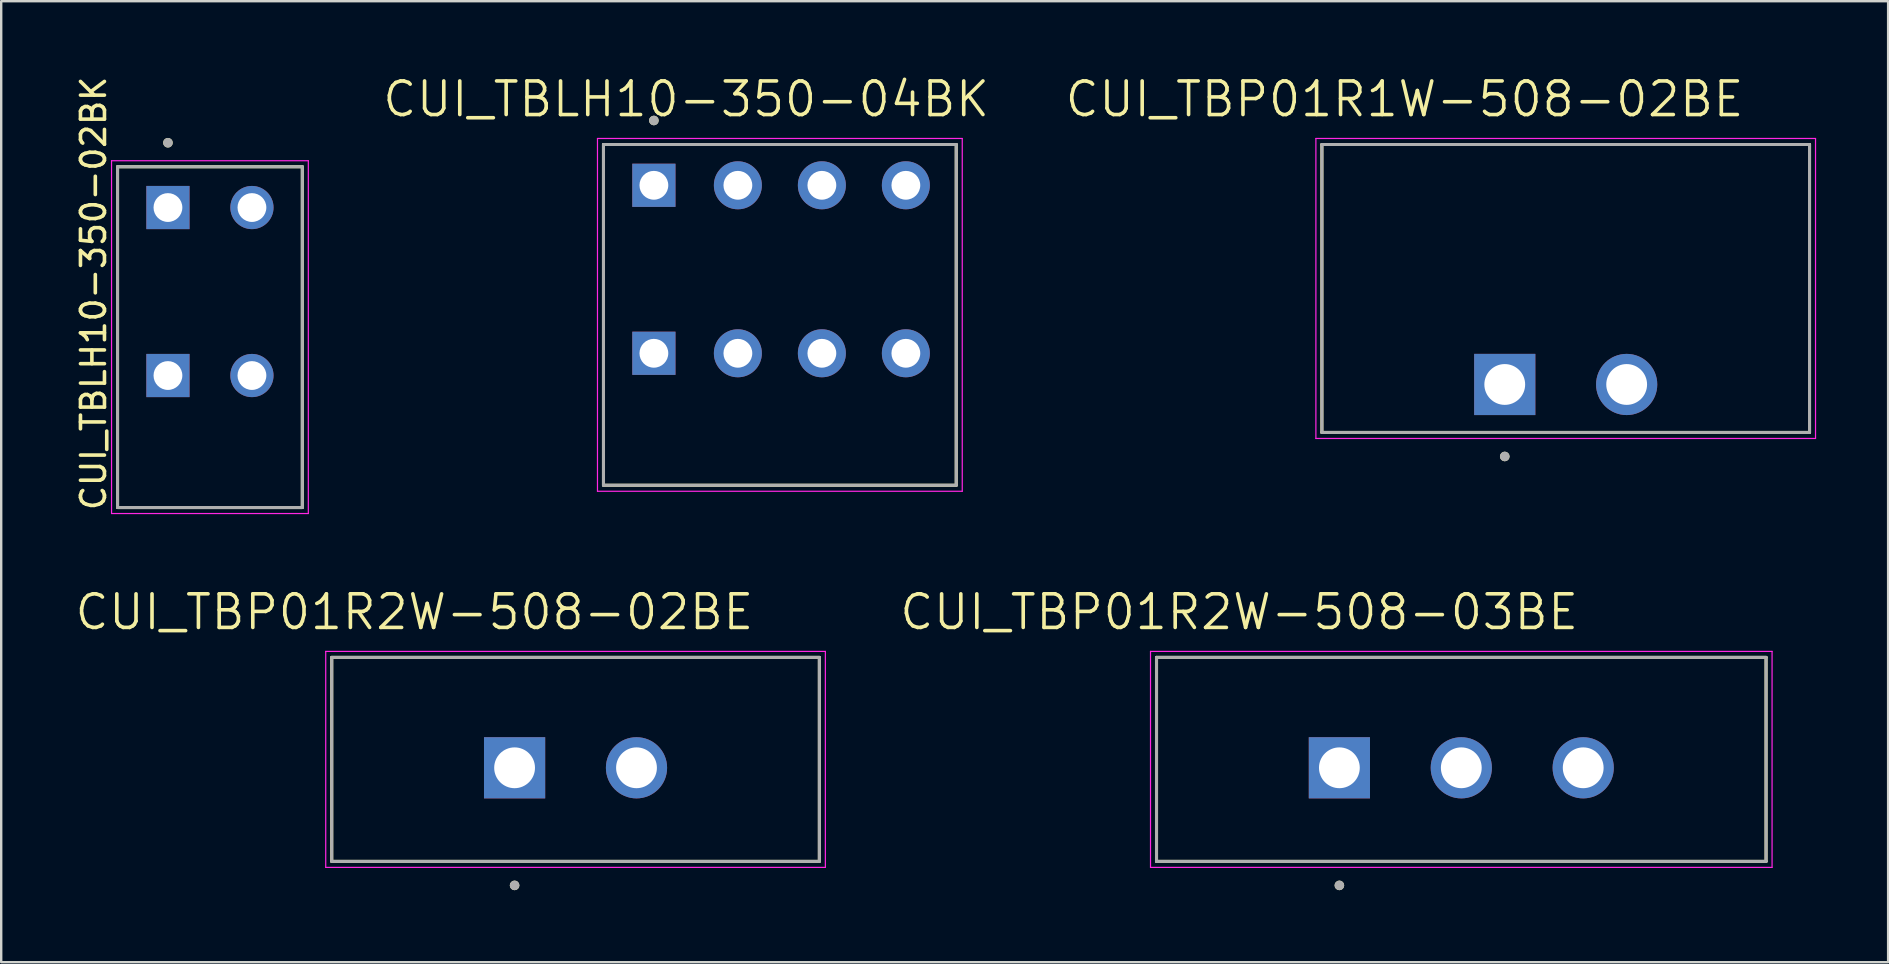
<source format=kicad_pcb>
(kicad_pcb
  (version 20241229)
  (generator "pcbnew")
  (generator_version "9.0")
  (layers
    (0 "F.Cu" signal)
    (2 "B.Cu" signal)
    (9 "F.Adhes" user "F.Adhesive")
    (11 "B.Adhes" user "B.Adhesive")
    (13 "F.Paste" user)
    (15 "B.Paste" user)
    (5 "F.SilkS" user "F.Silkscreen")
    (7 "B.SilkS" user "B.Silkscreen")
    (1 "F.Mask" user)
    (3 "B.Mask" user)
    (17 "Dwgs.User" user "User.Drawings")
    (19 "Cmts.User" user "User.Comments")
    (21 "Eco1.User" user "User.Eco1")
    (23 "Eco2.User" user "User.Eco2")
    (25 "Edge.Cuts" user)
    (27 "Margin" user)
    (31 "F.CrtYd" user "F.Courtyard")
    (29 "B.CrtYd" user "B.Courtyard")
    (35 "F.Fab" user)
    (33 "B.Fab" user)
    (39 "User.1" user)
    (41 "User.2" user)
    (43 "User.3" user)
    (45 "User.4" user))
  (footprint "CUI_TBP01R2W-508-02BE"
    (layer "F.Cu")
    (at 18.393 28.944)
    (property "Reference" "CUI_TBP01R2W-508-02BE" (at -4.175 -6.489 0) (layer "F.SilkS") (effects (font (size 1.4 1.4) (thickness 0.15))))
    (attr through_hole)
    (fp_line (start -7.62 -4.6) (end 12.7 -4.6) (stroke (width 0.127) (type solid)) (layer "F.SilkS"))
    (fp_line (start -7.62 3.9) (end -7.62 -4.6) (stroke (width 0.127) (type solid)) (layer "F.SilkS"))
    (fp_line (start 12.7 -4.6) (end 12.7 3.9) (stroke (width 0.127) (type solid)) (layer "F.SilkS"))
    (fp_line (start 12.7 3.9) (end -7.62 3.9) (stroke (width 0.127) (type solid)) (layer "F.SilkS"))
    (fp_circle (center 0 4.9) (end 0.1 4.9) (stroke (width 0.2) (type solid)) (fill no) (layer "F.SilkS"))
    (fp_line (start -7.87 -4.85) (end 12.95 -4.85) (stroke (width 0.05) (type solid)) (layer "F.CrtYd"))
    (fp_line (start -7.87 4.15) (end -7.87 -4.85) (stroke (width 0.05) (type solid)) (layer "F.CrtYd"))
    (fp_line (start 12.95 -4.85) (end 12.95 4.15) (stroke (width 0.05) (type solid)) (layer "F.CrtYd"))
    (fp_line (start 12.95 4.15) (end -7.87 4.15) (stroke (width 0.05) (type solid)) (layer "F.CrtYd"))
    (fp_line (start -7.62 -4.6) (end 12.7 -4.6) (stroke (width 0.127) (type solid)) (layer "F.Fab"))
    (fp_line (start -7.62 3.9) (end -7.62 -4.6) (stroke (width 0.127) (type solid)) (layer "F.Fab"))
    (fp_line (start 12.7 -4.6) (end 12.7 3.9) (stroke (width 0.127) (type solid)) (layer "F.Fab"))
    (fp_line (start 12.7 3.9) (end -7.62 3.9) (stroke (width 0.127) (type solid)) (layer "F.Fab"))
    (fp_circle (center 0 4.9) (end 0.1 4.9) (stroke (width 0.2) (type solid)) (fill no) (layer "F.Fab"))
    (pad "1" thru_hole rect (at 0 0) (size 2.55 2.55) (drill 1.7) (layers "*.Cu" "*.Mask"))
    (pad "2" thru_hole circle (at 5.08 0) (size 2.55 2.55) (drill 1.7) (layers "*.Cu" "*.Mask")))
  (footprint "CUI_TBLH10-350-02BK"
    (layer "F.Cu")
    (at 3.948 5.598)
    (property "Reference" "CUI_TBLH10-350-02BK" (at -3.1 12.7 90) (layer "F.SilkS") (effects (font (size 1 1) (thickness 0.15)) (justify left)))
    (attr through_hole)
    (fp_line (start -2.1 -1.7) (end 5.6 -1.7) (stroke (width 0.127) (type solid)) (layer "F.SilkS"))
    (fp_line (start -2.1 12.5) (end -2.1 -1.7) (stroke (width 0.127) (type solid)) (layer "F.SilkS"))
    (fp_line (start 5.6 -1.7) (end 5.6 12.5) (stroke (width 0.127) (type solid)) (layer "F.SilkS"))
    (fp_line (start 5.6 12.5) (end -2.1 12.5) (stroke (width 0.127) (type solid)) (layer "F.SilkS"))
    (fp_circle (center 0 -2.7) (end 0.1 -2.7) (stroke (width 0.2) (type solid)) (fill no) (layer "F.SilkS"))
    (fp_line (start -2.35 -1.95) (end 5.85 -1.95) (stroke (width 0.05) (type solid)) (layer "F.CrtYd"))
    (fp_line (start -2.35 12.75) (end -2.35 -1.95) (stroke (width 0.05) (type solid)) (layer "F.CrtYd"))
    (fp_line (start 5.85 -1.95) (end 5.85 12.75) (stroke (width 0.05) (type solid)) (layer "F.CrtYd"))
    (fp_line (start 5.85 12.75) (end -2.35 12.75) (stroke (width 0.05) (type solid)) (layer "F.CrtYd"))
    (fp_line (start -2.1 -1.7) (end 5.6 -1.7) (stroke (width 0.127) (type solid)) (layer "F.Fab"))
    (fp_line (start -2.1 12.5) (end -2.1 -1.7) (stroke (width 0.127) (type solid)) (layer "F.Fab"))
    (fp_line (start 5.6 -1.7) (end 5.6 12.5) (stroke (width 0.127) (type solid)) (layer "F.Fab"))
    (fp_line (start 5.6 12.5) (end -2.1 12.5) (stroke (width 0.127) (type solid)) (layer "F.Fab"))
    (fp_circle (center 0 -2.7) (end 0.1 -2.7) (stroke (width 0.2) (type solid)) (fill no) (layer "F.Fab"))
    (pad "1" thru_hole rect (at 0 0) (size 1.8 1.8) (drill 1.2) (layers "*.Cu" "*.Mask"))
    (pad "1" thru_hole rect (at 0 7) (size 1.8 1.8) (drill 1.2) (layers "*.Cu" "*.Mask"))
    (pad "2" thru_hole circle (at 3.5 0) (size 1.8 1.8) (drill 1.2) (layers "*.Cu" "*.Mask"))
    (pad "2" thru_hole circle (at 3.5 7) (size 1.8 1.8) (drill 1.2) (layers "*.Cu" "*.Mask")))
  (footprint "CUI_TBP01R2W-508-03BE"
    (layer "F.Cu")
    (at 52.762 28.944)
    (property "Reference" "CUI_TBP01R2W-508-03BE" (at -4.175 -6.489 0) (layer "F.SilkS") (effects (font (size 1.4 1.4) (thickness 0.15))))
    (attr through_hole)
    (fp_line (start -7.62 -4.6) (end 17.78 -4.6) (stroke (width 0.127) (type solid)) (layer "F.SilkS"))
    (fp_line (start -7.62 3.9) (end -7.62 -4.6) (stroke (width 0.127) (type solid)) (layer "F.SilkS"))
    (fp_line (start 17.78 -4.6) (end 17.78 3.9) (stroke (width 0.127) (type solid)) (layer "F.SilkS"))
    (fp_line (start 17.78 3.9) (end -7.62 3.9) (stroke (width 0.127) (type solid)) (layer "F.SilkS"))
    (fp_circle (center 0 4.9) (end 0.1 4.9) (stroke (width 0.2) (type solid)) (fill no) (layer "F.SilkS"))
    (fp_line (start -7.87 -4.85) (end 18.03 -4.85) (stroke (width 0.05) (type solid)) (layer "F.CrtYd"))
    (fp_line (start -7.87 4.15) (end -7.87 -4.85) (stroke (width 0.05) (type solid)) (layer "F.CrtYd"))
    (fp_line (start 18.03 -4.85) (end 18.03 4.15) (stroke (width 0.05) (type solid)) (layer "F.CrtYd"))
    (fp_line (start 18.03 4.15) (end -7.87 4.15) (stroke (width 0.05) (type solid)) (layer "F.CrtYd"))
    (fp_line (start -7.62 -4.6) (end 17.78 -4.6) (stroke (width 0.127) (type solid)) (layer "F.Fab"))
    (fp_line (start -7.62 3.9) (end -7.62 -4.6) (stroke (width 0.127) (type solid)) (layer "F.Fab"))
    (fp_line (start 17.78 -4.6) (end 17.78 3.9) (stroke (width 0.127) (type solid)) (layer "F.Fab"))
    (fp_line (start 17.78 3.9) (end -7.62 3.9) (stroke (width 0.127) (type solid)) (layer "F.Fab"))
    (fp_circle (center 0 4.9) (end 0.1 4.9) (stroke (width 0.2) (type solid)) (fill no) (layer "F.Fab"))
    (pad "1" thru_hole rect (at 0 0) (size 2.55 2.55) (drill 1.7) (layers "*.Cu" "*.Mask"))
    (pad "2" thru_hole circle (at 5.08 0) (size 2.55 2.55) (drill 1.7) (layers "*.Cu" "*.Mask"))
    (pad "3" thru_hole circle (at 10.16 0) (size 2.55 2.55) (drill 1.7) (layers "*.Cu" "*.Mask")))
  (footprint "CUI_TBLH10-350-04BK"
    (layer "F.Cu")
    (at 24.197 4.671)
    (property "Reference" "CUI_TBLH10-350-04BK" (at 1.345 -3.589 0) (layer "F.SilkS") (effects (font (size 1.4 1.4) (thickness 0.15))))
    (attr through_hole)
    (fp_line (start -2.1 -1.7) (end 12.6 -1.7) (stroke (width 0.127) (type solid)) (layer "F.SilkS"))
    (fp_line (start -2.1 12.5) (end -2.1 -1.7) (stroke (width 0.127) (type solid)) (layer "F.SilkS"))
    (fp_line (start 12.6 -1.7) (end 12.6 12.5) (stroke (width 0.127) (type solid)) (layer "F.SilkS"))
    (fp_line (start 12.6 12.5) (end -2.1 12.5) (stroke (width 0.127) (type solid)) (layer "F.SilkS"))
    (fp_circle (center 0 -2.7) (end 0.1 -2.7) (stroke (width 0.2) (type solid)) (fill no) (layer "F.SilkS"))
    (fp_line (start -2.35 -1.95) (end 12.85 -1.95) (stroke (width 0.05) (type solid)) (layer "F.CrtYd"))
    (fp_line (start -2.35 12.75) (end -2.35 -1.95) (stroke (width 0.05) (type solid)) (layer "F.CrtYd"))
    (fp_line (start 12.85 -1.95) (end 12.85 12.75) (stroke (width 0.05) (type solid)) (layer "F.CrtYd"))
    (fp_line (start 12.85 12.75) (end -2.35 12.75) (stroke (width 0.05) (type solid)) (layer "F.CrtYd"))
    (fp_line (start -2.1 -1.7) (end 12.6 -1.7) (stroke (width 0.127) (type solid)) (layer "F.Fab"))
    (fp_line (start -2.1 12.5) (end -2.1 -1.7) (stroke (width 0.127) (type solid)) (layer "F.Fab"))
    (fp_line (start 12.6 -1.7) (end 12.6 12.5) (stroke (width 0.127) (type solid)) (layer "F.Fab"))
    (fp_line (start 12.6 12.5) (end -2.1 12.5) (stroke (width 0.127) (type solid)) (layer "F.Fab"))
    (fp_circle (center 0 -2.7) (end 0.1 -2.7) (stroke (width 0.2) (type solid)) (fill no) (layer "F.Fab"))
    (pad "1" thru_hole rect (at 0 0) (size 1.8 1.8) (drill 1.2) (layers "*.Cu" "*.Mask"))
    (pad "1" thru_hole rect (at 0 7) (size 1.8 1.8) (drill 1.2) (layers "*.Cu" "*.Mask"))
    (pad "2" thru_hole circle (at 3.5 0) (size 2 2) (drill 1.2) (layers "*.Cu" "*.Mask"))
    (pad "2" thru_hole circle (at 3.5 7) (size 2 2) (drill 1.2) (layers "*.Cu" "*.Mask"))
    (pad "3" thru_hole circle (at 7 0) (size 2 2) (drill 1.2) (layers "*.Cu" "*.Mask"))
    (pad "3" thru_hole circle (at 7 7) (size 2 2) (drill 1.2) (layers "*.Cu" "*.Mask"))
    (pad "4" thru_hole circle (at 10.5 0) (size 2 2) (drill 1.2) (layers "*.Cu" "*.Mask"))
    (pad "4" thru_hole circle (at 10.5 7) (size 2 2) (drill 1.2) (layers "*.Cu" "*.Mask")))
  (footprint "CUI_TBP01R1W-508-02BE"
    (layer "F.Cu")
    (at 59.653 12.971)
    (property "Reference" "CUI_TBP01R1W-508-02BE" (at -4.175 -11.889 0) (layer "F.SilkS") (effects (font (size 1.4 1.4) (thickness 0.15))))
    (attr through_hole)
    (fp_line (start -7.62 -10) (end 12.7 -10) (stroke (width 0.127) (type solid)) (layer "F.SilkS"))
    (fp_line (start -7.62 2) (end -7.62 -10) (stroke (width 0.127) (type solid)) (layer "F.SilkS"))
    (fp_line (start 12.7 -10) (end 12.7 2) (stroke (width 0.127) (type solid)) (layer "F.SilkS"))
    (fp_line (start 12.7 2) (end -7.62 2) (stroke (width 0.127) (type solid)) (layer "F.SilkS"))
    (fp_circle (center 0 3) (end 0.1 3) (stroke (width 0.2) (type solid)) (fill no) (layer "F.SilkS"))
    (fp_line (start -7.87 -10.25) (end 12.95 -10.25) (stroke (width 0.05) (type solid)) (layer "F.CrtYd"))
    (fp_line (start -7.87 2.25) (end -7.87 -10.25) (stroke (width 0.05) (type solid)) (layer "F.CrtYd"))
    (fp_line (start 12.95 -10.25) (end 12.95 2.25) (stroke (width 0.05) (type solid)) (layer "F.CrtYd"))
    (fp_line (start 12.95 2.25) (end -7.87 2.25) (stroke (width 0.05) (type solid)) (layer "F.CrtYd"))
    (fp_line (start -7.62 -10) (end 12.7 -10) (stroke (width 0.127) (type solid)) (layer "F.Fab"))
    (fp_line (start -7.62 2) (end -7.62 -10) (stroke (width 0.127) (type solid)) (layer "F.Fab"))
    (fp_line (start 12.7 -10) (end 12.7 2) (stroke (width 0.127) (type solid)) (layer "F.Fab"))
    (fp_line (start 12.7 2) (end -7.62 2) (stroke (width 0.127) (type solid)) (layer "F.Fab"))
    (fp_circle (center 0 3) (end 0.1 3) (stroke (width 0.2) (type solid)) (fill no) (layer "F.Fab"))
    (pad "1" thru_hole rect (at 0 0) (size 2.55 2.55) (drill 1.7) (layers "*.Cu" "*.Mask"))
    (pad "2" thru_hole circle (at 5.08 0) (size 2.55 2.55) (drill 1.7) (layers "*.Cu" "*.Mask")))
  (gr_rect
    (start -3 -3)
    (end 75.628 37.044)
    (stroke (width 0.1) (type default))
    (fill no)
    (layer "Edge.Cuts")))
</source>
